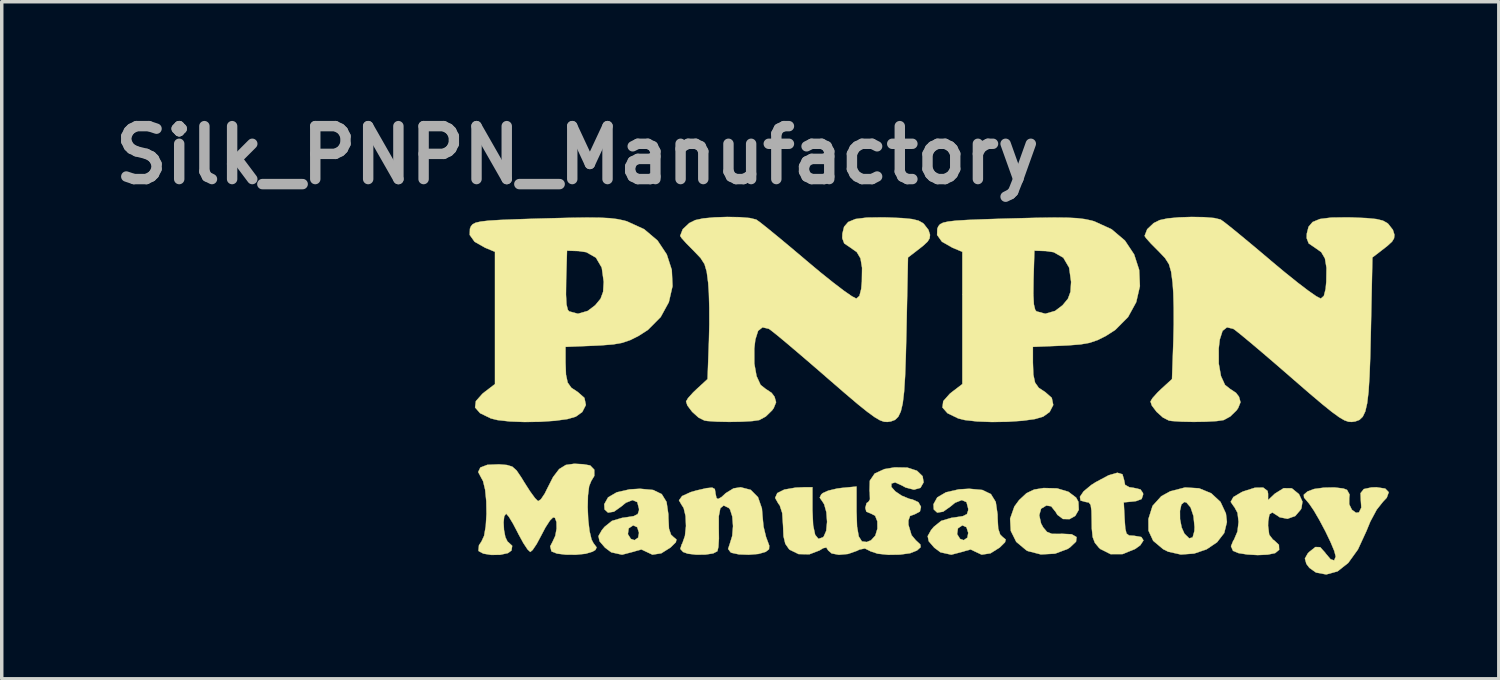
<source format=kicad_pcb>
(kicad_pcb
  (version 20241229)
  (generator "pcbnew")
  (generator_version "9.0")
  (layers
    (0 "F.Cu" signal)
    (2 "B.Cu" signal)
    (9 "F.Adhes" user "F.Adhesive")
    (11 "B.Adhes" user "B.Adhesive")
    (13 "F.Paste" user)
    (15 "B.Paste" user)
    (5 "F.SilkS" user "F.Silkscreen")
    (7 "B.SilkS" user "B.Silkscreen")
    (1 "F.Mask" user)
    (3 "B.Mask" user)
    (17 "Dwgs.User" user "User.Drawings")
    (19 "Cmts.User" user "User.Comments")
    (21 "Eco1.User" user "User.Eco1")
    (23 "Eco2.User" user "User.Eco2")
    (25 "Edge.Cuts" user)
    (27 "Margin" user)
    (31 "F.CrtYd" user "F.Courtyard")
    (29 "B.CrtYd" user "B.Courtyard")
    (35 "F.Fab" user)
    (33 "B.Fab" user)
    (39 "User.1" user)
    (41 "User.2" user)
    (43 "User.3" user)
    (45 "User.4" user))
  (footprint "Silk_PNPN_Manufactory"
    (layer "F.Cu")
    (at 23.738 7.768)
    (property "Reference" "Silk_PNPN_Manufactory" (at -10.16 -6.35 0) (layer "F.Fab") (effects (font (size 1.524 1.524) (thickness 0.3))))
    (attr through_hole)
    (fp_poly (pts (xy 7.75 3.247) (xy 8.1 3.391) (xy 8.367 3.639) (xy 8.523 3.974) (xy 8.551 4.218) (xy 8.474 4.534) (xy 8.267 4.801) (xy 7.966 5.004) (xy 7.607 5.126) (xy 7.226 5.154) (xy 6.859 5.072) (xy 6.715 5) (xy 6.428 4.759) (xy 6.293 4.467) (xy 6.291 4.13) (xy 6.365 3.896) (xy 7.199 3.896) (xy 7.201 4.135) (xy 7.248 4.376) (xy 7.329 4.555) (xy 7.465 4.688) (xy 7.564 4.661) (xy 7.615 4.479) (xy 7.62 4.361) (xy 7.588 4.045) (xy 7.505 3.796) (xy 7.386 3.657) (xy 7.326 3.641) (xy 7.24 3.713) (xy 7.199 3.896) (xy 6.365 3.896) (xy 6.41 3.753) (xy 6.661 3.475) (xy 6.919 3.333) (xy 7.347 3.223) (xy 7.75 3.247)) (stroke (width 0.01) (type solid)) (fill yes) (layer "F.SilkS"))
    (fp_poly (pts (xy 3.659 3.249) (xy 3.984 3.346) (xy 4.207 3.514) (xy 4.274 3.637) (xy 4.284 3.867) (xy 4.184 4.04) (xy 4.017 4.135) (xy 3.83 4.131) (xy 3.667 4.009) (xy 3.623 3.933) (xy 3.489 3.765) (xy 3.35 3.743) (xy 3.199 3.834) (xy 3.146 4.022) (xy 3.198 4.259) (xy 3.259 4.372) (xy 3.37 4.503) (xy 3.512 4.559) (xy 3.748 4.56) (xy 3.793 4.557) (xy 4.081 4.571) (xy 4.221 4.652) (xy 4.206 4.783) (xy 4.031 4.949) (xy 3.964 4.993) (xy 3.601 5.129) (xy 3.194 5.151) (xy 2.819 5.055) (xy 2.774 5.032) (xy 2.484 4.79) (xy 2.327 4.474) (xy 2.307 4.122) (xy 2.43 3.771) (xy 2.566 3.586) (xy 2.781 3.386) (xy 3 3.283) (xy 3.272 3.239) (xy 3.659 3.249)) (stroke (width 0.01) (type solid)) (fill yes) (layer "F.SilkS"))
    (fp_poly (pts (xy 5.542 2.843) (xy 5.588 3) (xy 5.618 3.148) (xy 5.742 3.216) (xy 5.863 3.233) (xy 6.062 3.28) (xy 6.135 3.385) (xy 6.138 3.429) (xy 6.095 3.555) (xy 5.937 3.615) (xy 5.859 3.625) (xy 5.58 3.652) (xy 5.605 4.133) (xy 5.624 4.405) (xy 5.659 4.548) (xy 5.734 4.605) (xy 5.872 4.614) (xy 5.877 4.614) (xy 6.088 4.651) (xy 6.148 4.748) (xy 6.056 4.888) (xy 5.912 4.992) (xy 5.545 5.142) (xy 5.201 5.143) (xy 4.907 4.996) (xy 4.864 4.957) (xy 4.748 4.816) (xy 4.685 4.651) (xy 4.66 4.407) (xy 4.657 4.195) (xy 4.651 3.896) (xy 4.628 3.729) (xy 4.576 3.656) (xy 4.487 3.641) (xy 4.336 3.6) (xy 4.318 3.491) (xy 4.424 3.335) (xy 4.644 3.152) (xy 4.776 3.068) (xy 5.142 2.873) (xy 5.396 2.799) (xy 5.542 2.843)) (stroke (width 0.01) (type solid)) (fill yes) (layer "F.SilkS"))
    (fp_poly (pts (xy 9.722 3.322) (xy 9.737 3.401) (xy 9.737 3.586) (xy 9.933 3.401) (xy 10.185 3.244) (xy 10.421 3.247) (xy 10.62 3.409) (xy 10.636 3.432) (xy 10.727 3.63) (xy 10.699 3.815) (xy 10.683 3.853) (xy 10.521 4.044) (xy 10.296 4.125) (xy 10.069 4.08) (xy 10.002 4.032) (xy 9.86 3.943) (xy 9.776 3.996) (xy 9.74 4.2) (xy 9.737 4.329) (xy 9.769 4.583) (xy 9.879 4.726) (xy 9.906 4.741) (xy 10.049 4.875) (xy 10.056 5.018) (xy 9.941 5.113) (xy 9.727 5.157) (xy 9.44 5.17) (xy 9.14 5.153) (xy 8.885 5.113) (xy 8.732 5.05) (xy 8.724 5.041) (xy 8.669 4.915) (xy 8.733 4.759) (xy 8.756 4.726) (xy 8.855 4.493) (xy 8.888 4.213) (xy 8.857 3.953) (xy 8.761 3.777) (xy 8.75 3.769) (xy 8.661 3.637) (xy 8.738 3.498) (xy 8.981 3.355) (xy 9.025 3.336) (xy 9.359 3.23) (xy 9.597 3.226) (xy 9.722 3.322)) (stroke (width 0.01) (type solid)) (fill yes) (layer "F.SilkS"))
    (fp_poly (pts (xy 13.112 3.255) (xy 13.213 3.359) (xy 13.156 3.518) (xy 13.046 3.635) (xy 12.867 3.86) (xy 12.682 4.205) (xy 12.568 4.482) (xy 12.326 5.007) (xy 12.046 5.396) (xy 11.738 5.639) (xy 11.413 5.728) (xy 11.118 5.673) (xy 10.928 5.539) (xy 10.841 5.425) (xy 10.798 5.27) (xy 10.879 5.125) (xy 10.92 5.082) (xy 11.101 4.938) (xy 11.239 4.943) (xy 11.381 5.101) (xy 11.395 5.122) (xy 11.537 5.29) (xy 11.64 5.324) (xy 11.684 5.218) (xy 11.684 5.205) (xy 11.644 5.051) (xy 11.538 4.798) (xy 11.39 4.49) (xy 11.222 4.173) (xy 11.058 3.891) (xy 10.921 3.689) (xy 10.892 3.655) (xy 10.773 3.514) (xy 10.766 3.431) (xy 10.869 3.342) (xy 10.875 3.338) (xy 11.062 3.267) (xy 11.344 3.228) (xy 11.649 3.222) (xy 11.906 3.253) (xy 12.011 3.293) (xy 12.085 3.427) (xy 12.074 3.529) (xy 12.073 3.705) (xy 12.151 3.864) (xy 12.269 3.952) (xy 12.356 3.94) (xy 12.423 3.802) (xy 12.409 3.598) (xy 12.401 3.387) (xy 12.494 3.269) (xy 12.713 3.222) (xy 12.859 3.217) (xy 13.112 3.255)) (stroke (width 0.01) (type solid)) (fill yes) (layer "F.SilkS"))
    (fp_poly (pts (xy -7.976 3.295) (xy -7.728 3.414) (xy -7.589 3.64) (xy -7.537 3.997) (xy -7.535 4.112) (xy -7.519 4.409) (xy -7.461 4.582) (xy -7.387 4.652) (xy -7.303 4.721) (xy -7.322 4.801) (xy -7.459 4.937) (xy -7.477 4.953) (xy -7.741 5.119) (xy -7.995 5.158) (xy -8.193 5.065) (xy -8.314 5.008) (xy -8.497 5.059) (xy -8.511 5.065) (xy -8.87 5.159) (xy -9.182 5.09) (xy -9.36 4.957) (xy -9.519 4.772) (xy -9.55 4.624) (xy -9.518 4.568) (xy -8.703 4.568) (xy -8.617 4.704) (xy -8.512 4.741) (xy -8.407 4.668) (xy -8.382 4.53) (xy -8.434 4.367) (xy -8.55 4.314) (xy -8.674 4.396) (xy -8.681 4.407) (xy -8.703 4.568) (xy -9.518 4.568) (xy -9.452 4.451) (xy -9.374 4.357) (xy -9.162 4.186) (xy -8.866 4.098) (xy -8.781 4.087) (xy -8.538 4.049) (xy -8.419 3.99) (xy -8.383 3.883) (xy -8.382 3.839) (xy -8.432 3.645) (xy -8.567 3.586) (xy -8.763 3.663) (xy -8.89 3.768) (xy -9.104 3.92) (xy -9.275 3.947) (xy -9.374 3.855) (xy -9.383 3.705) (xy -9.273 3.508) (xy -9.023 3.362) (xy -8.655 3.278) (xy -8.353 3.26) (xy -7.976 3.295)) (stroke (width 0.01) (type solid)) (fill yes) (layer "F.SilkS"))
    (fp_poly (pts (xy 1.507 3.295) (xy 1.754 3.414) (xy 1.893 3.64) (xy 1.945 3.997) (xy 1.947 4.112) (xy 1.964 4.409) (xy 2.022 4.582) (xy 2.095 4.652) (xy 2.18 4.721) (xy 2.16 4.801) (xy 2.023 4.937) (xy 2.006 4.953) (xy 1.742 5.119) (xy 1.488 5.158) (xy 1.289 5.065) (xy 1.169 5.008) (xy 0.986 5.059) (xy 0.972 5.065) (xy 0.613 5.159) (xy 0.301 5.09) (xy 0.123 4.957) (xy -0.037 4.772) (xy -0.067 4.624) (xy -0.035 4.568) (xy 0.78 4.568) (xy 0.866 4.704) (xy 0.971 4.741) (xy 1.076 4.668) (xy 1.101 4.53) (xy 1.049 4.367) (xy 0.932 4.314) (xy 0.809 4.396) (xy 0.802 4.407) (xy 0.78 4.568) (xy -0.035 4.568) (xy 0.03 4.451) (xy 0.109 4.357) (xy 0.32 4.186) (xy 0.616 4.098) (xy 0.701 4.087) (xy 0.945 4.049) (xy 1.063 3.99) (xy 1.099 3.883) (xy 1.101 3.839) (xy 1.051 3.645) (xy 0.916 3.586) (xy 0.72 3.663) (xy 0.593 3.768) (xy 0.379 3.92) (xy 0.207 3.947) (xy 0.108 3.855) (xy 0.1 3.705) (xy 0.209 3.508) (xy 0.46 3.362) (xy 0.828 3.278) (xy 1.129 3.26) (xy 1.507 3.295)) (stroke (width 0.01) (type solid)) (fill yes) (layer "F.SilkS"))
    (fp_poly (pts (xy -5.164 3.292) (xy -4.955 3.503) (xy -4.842 3.829) (xy -4.826 4.036) (xy -4.796 4.349) (xy -4.723 4.65) (xy -4.704 4.701) (xy -4.631 4.898) (xy -4.638 5.002) (xy -4.729 5.073) (xy -4.74 5.079) (xy -4.942 5.137) (xy -5.221 5.16) (xy -5.504 5.15) (xy -5.714 5.105) (xy -5.745 5.089) (xy -5.816 4.993) (xy -5.766 4.842) (xy -5.697 4.618) (xy -5.674 4.336) (xy -5.695 4.061) (xy -5.759 3.859) (xy -5.796 3.813) (xy -5.944 3.742) (xy -6.04 3.82) (xy -6.085 4.054) (xy -6.085 4.391) (xy -6.081 4.695) (xy -6.096 4.937) (xy -6.125 5.059) (xy -6.246 5.122) (xy -6.471 5.156) (xy -6.735 5.159) (xy -6.977 5.13) (xy -7.112 5.081) (xy -7.193 4.992) (xy -7.152 4.861) (xy -7.133 4.83) (xy -7.059 4.617) (xy -7.029 4.334) (xy -7.041 4.046) (xy -7.096 3.815) (xy -7.155 3.724) (xy -7.231 3.594) (xy -7.141 3.47) (xy -6.891 3.356) (xy -6.733 3.311) (xy -6.44 3.243) (xy -6.274 3.227) (xy -6.199 3.268) (xy -6.181 3.371) (xy -6.181 3.387) (xy -6.151 3.524) (xy -6.109 3.556) (xy -6.005 3.499) (xy -5.884 3.387) (xy -5.659 3.249) (xy -5.454 3.217) (xy -5.164 3.292)) (stroke (width 0.01) (type solid)) (fill yes) (layer "F.SilkS"))
    (fp_poly (pts (xy -9.512 -4.548) (xy -9.227 -4.534) (xy -9.005 -4.507) (xy -8.818 -4.467) (xy -8.734 -4.444) (xy -8.234 -4.216) (xy -7.849 -3.89) (xy -7.583 -3.49) (xy -7.438 -3.043) (xy -7.417 -2.576) (xy -7.523 -2.115) (xy -7.758 -1.686) (xy -8.126 -1.316) (xy -8.391 -1.145) (xy -8.634 -1.023) (xy -8.862 -0.945) (xy -9.127 -0.898) (xy -9.484 -0.87) (xy -9.673 -0.861) (xy -10.499 -0.827) (xy -10.499 -0.378) (xy -10.486 -0.027) (xy -10.437 0.202) (xy -10.331 0.352) (xy -10.15 0.471) (xy -10.145 0.474) (xy -9.955 0.642) (xy -9.913 0.847) (xy -10.017 1.049) (xy -10.202 1.182) (xy -10.44 1.252) (xy -10.797 1.301) (xy -11.226 1.33) (xy -11.678 1.337) (xy -12.105 1.321) (xy -12.459 1.281) (xy -12.649 1.234) (xy -12.96 1.083) (xy -13.104 0.919) (xy -13.081 0.736) (xy -12.894 0.525) (xy -12.827 0.471) (xy -12.531 0.245) (xy -12.531 -2.332) (xy -10.486 -2.332) (xy -10.471 -2.052) (xy -10.433 -1.895) (xy -10.396 -1.85) (xy -10.141 -1.781) (xy -9.86 -1.862) (xy -9.645 -2.025) (xy -9.489 -2.214) (xy -9.416 -2.413) (xy -9.398 -2.698) (xy -9.455 -3.109) (xy -9.623 -3.396) (xy -9.9 -3.554) (xy -10.122 -3.587) (xy -10.456 -3.598) (xy -10.481 -2.759) (xy -10.486 -2.332) (xy -12.531 -2.332) (xy -12.531 -3.565) (xy -12.813 -3.682) (xy -13.118 -3.855) (xy -13.258 -4.051) (xy -13.252 -4.229) (xy -13.222 -4.302) (xy -13.173 -4.359) (xy -13.085 -4.404) (xy -12.936 -4.437) (xy -12.708 -4.463) (xy -12.38 -4.483) (xy -11.932 -4.501) (xy -11.344 -4.52) (xy -11.007 -4.529) (xy -10.375 -4.545) (xy -9.886 -4.552) (xy -9.512 -4.548)) (stroke (width 0.01) (type solid)) (fill yes) (layer "F.SilkS"))
    (fp_poly (pts (xy 3.95 -4.548) (xy 4.235 -4.534) (xy 4.457 -4.507) (xy 4.644 -4.467) (xy 4.728 -4.444) (xy 5.228 -4.216) (xy 5.613 -3.89) (xy 5.879 -3.49) (xy 6.024 -3.043) (xy 6.045 -2.576) (xy 5.939 -2.115) (xy 5.704 -1.686) (xy 5.336 -1.316) (xy 5.071 -1.145) (xy 4.828 -1.023) (xy 4.6 -0.945) (xy 4.335 -0.898) (xy 3.978 -0.87) (xy 3.789 -0.861) (xy 2.963 -0.827) (xy 2.963 -0.378) (xy 2.976 -0.027) (xy 3.025 0.202) (xy 3.131 0.352) (xy 3.312 0.471) (xy 3.317 0.474) (xy 3.507 0.642) (xy 3.549 0.847) (xy 3.445 1.049) (xy 3.26 1.182) (xy 3.022 1.252) (xy 2.665 1.301) (xy 2.236 1.33) (xy 1.784 1.337) (xy 1.357 1.321) (xy 1.003 1.281) (xy 0.813 1.234) (xy 0.502 1.083) (xy 0.358 0.919) (xy 0.381 0.736) (xy 0.568 0.525) (xy 0.635 0.471) (xy 0.931 0.245) (xy 0.931 -2.332) (xy 2.976 -2.332) (xy 2.991 -2.052) (xy 3.029 -1.895) (xy 3.066 -1.85) (xy 3.321 -1.781) (xy 3.602 -1.862) (xy 3.817 -2.025) (xy 3.973 -2.214) (xy 4.046 -2.413) (xy 4.064 -2.698) (xy 4.007 -3.109) (xy 3.839 -3.396) (xy 3.562 -3.554) (xy 3.34 -3.587) (xy 3.006 -3.598) (xy 2.981 -2.759) (xy 2.976 -2.332) (xy 0.931 -2.332) (xy 0.931 -3.565) (xy 0.649 -3.682) (xy 0.344 -3.855) (xy 0.204 -4.051) (xy 0.21 -4.229) (xy 0.24 -4.302) (xy 0.289 -4.359) (xy 0.377 -4.404) (xy 0.526 -4.437) (xy 0.754 -4.463) (xy 1.082 -4.483) (xy 1.53 -4.501) (xy 2.118 -4.52) (xy 2.455 -4.529) (xy 3.087 -4.545) (xy 3.576 -4.552) (xy 3.95 -4.548)) (stroke (width 0.01) (type solid)) (fill yes) (layer "F.SilkS"))
    (fp_poly (pts (xy -9.996 2.553) (xy -9.806 2.585) (xy -9.786 2.591) (xy -9.671 2.71) (xy -9.67 2.889) (xy -9.758 3.035) (xy -9.819 3.186) (xy -9.853 3.455) (xy -9.861 3.792) (xy -9.846 4.148) (xy -9.808 4.475) (xy -9.749 4.723) (xy -9.696 4.824) (xy -9.603 4.948) (xy -9.637 5.022) (xy -9.724 5.073) (xy -9.922 5.132) (xy -10.198 5.16) (xy -10.492 5.158) (xy -10.745 5.127) (xy -10.897 5.067) (xy -10.905 5.059) (xy -10.94 4.917) (xy -10.873 4.788) (xy -10.794 4.617) (xy -10.756 4.409) (xy -10.759 4.217) (xy -10.804 4.097) (xy -10.858 4.085) (xy -10.948 4.175) (xy -11.077 4.374) (xy -11.196 4.6) (xy -11.329 4.849) (xy -11.446 5.023) (xy -11.514 5.08) (xy -11.591 5.009) (xy -11.714 4.823) (xy -11.857 4.561) (xy -11.872 4.53) (xy -12.013 4.261) (xy -12.132 4.065) (xy -12.206 3.98) (xy -12.21 3.979) (xy -12.265 4.052) (xy -12.283 4.228) (xy -12.271 4.449) (xy -12.232 4.653) (xy -12.17 4.781) (xy -12.15 4.795) (xy -12.035 4.903) (xy -12.056 5.039) (xy -12.157 5.113) (xy -12.382 5.162) (xy -12.639 5.165) (xy -12.865 5.128) (xy -12.998 5.057) (xy -13.007 5.04) (xy -12.992 4.887) (xy -12.92 4.78) (xy -12.844 4.615) (xy -12.796 4.334) (xy -12.775 3.986) (xy -12.781 3.62) (xy -12.814 3.288) (xy -12.874 3.04) (xy -12.923 2.95) (xy -13.014 2.778) (xy -12.952 2.648) (xy -12.751 2.571) (xy -12.424 2.557) (xy -12.413 2.557) (xy -12.184 2.576) (xy -12.032 2.623) (xy -11.91 2.731) (xy -11.773 2.933) (xy -11.68 3.085) (xy -11.516 3.341) (xy -11.377 3.531) (xy -11.291 3.616) (xy -11.29 3.617) (xy -11.208 3.564) (xy -11.097 3.399) (xy -11.045 3.293) (xy -10.858 2.924) (xy -10.682 2.693) (xy -10.489 2.574) (xy -10.249 2.54) (xy -10.245 2.54) (xy -9.996 2.553)) (stroke (width 0.01) (type solid)) (fill yes) (layer "F.SilkS"))
    (fp_poly (pts (xy -0.653 2.651) (xy -0.376 2.741) (xy -0.214 2.898) (xy -0.185 3.075) (xy -0.276 3.234) (xy -0.462 3.286) (xy -0.703 3.224) (xy -0.804 3.168) (xy -1.004 3.077) (xy -1.112 3.11) (xy -1.113 3.208) (xy -0.999 3.336) (xy -0.813 3.461) (xy -0.596 3.55) (xy -0.507 3.569) (xy -0.335 3.647) (xy -0.26 3.782) (xy -0.292 3.917) (xy -0.439 3.994) (xy -0.439 3.994) (xy -0.576 4.044) (xy -0.623 4.176) (xy -0.622 4.297) (xy -0.533 4.596) (xy -0.411 4.742) (xy -0.279 4.865) (xy -0.27 4.943) (xy -0.376 5.038) (xy -0.572 5.116) (xy -0.869 5.157) (xy -1.203 5.162) (xy -1.508 5.13) (xy -1.72 5.059) (xy -1.733 5.05) (xy -1.877 4.979) (xy -2.034 5.012) (xy -2.109 5.049) (xy -2.363 5.138) (xy -2.624 5.162) (xy -2.834 5.122) (xy -2.934 5.035) (xy -2.986 4.952) (xy -3.08 4.972) (xy -3.182 5.035) (xy -3.477 5.148) (xy -3.786 5.141) (xy -4.042 5.016) (xy -4.064 4.995) (xy -4.168 4.845) (xy -4.22 4.628) (xy -4.233 4.324) (xy -4.257 3.959) (xy -4.33 3.735) (xy -4.369 3.687) (xy -4.461 3.523) (xy -4.4 3.385) (xy -4.197 3.284) (xy -3.869 3.227) (xy -3.63 3.217) (xy -3.387 3.217) (xy -3.387 3.884) (xy -3.367 4.312) (xy -3.309 4.586) (xy -3.214 4.703) (xy -3.085 4.658) (xy -3.063 4.638) (xy -2.99 4.472) (xy -2.965 4.214) (xy -2.985 3.936) (xy -3.048 3.709) (xy -3.092 3.638) (xy -3.177 3.516) (xy -3.134 3.425) (xy -3.09 3.386) (xy -2.93 3.314) (xy -2.676 3.254) (xy -2.537 3.236) (xy -2.117 3.196) (xy -2.117 3.916) (xy -2.102 4.351) (xy -2.053 4.633) (xy -1.962 4.776) (xy -1.822 4.794) (xy -1.699 4.744) (xy -1.576 4.61) (xy -1.515 4.409) (xy -1.517 4.199) (xy -1.581 4.037) (xy -1.693 3.979) (xy -1.835 3.919) (xy -1.863 3.81) (xy -1.827 3.672) (xy -1.777 3.641) (xy -1.73 3.566) (xy -1.736 3.364) (xy -1.742 3.322) (xy -1.734 3.028) (xy -1.593 2.821) (xy -1.312 2.693) (xy -1.018 2.644) (xy -0.653 2.651)) (stroke (width 0.01) (type solid)) (fill yes) (layer "F.SilkS"))
    (fp_poly (pts (xy -5.485 -4.563) (xy -5.189 -4.538) (xy -5.008 -4.494) (xy -5.004 -4.492) (xy -4.896 -4.415) (xy -4.682 -4.245) (xy -4.383 -4.001) (xy -4.022 -3.701) (xy -3.621 -3.363) (xy -3.552 -3.304) (xy -3.15 -2.968) (xy -2.785 -2.676) (xy -2.479 -2.443) (xy -2.253 -2.286) (xy -2.13 -2.221) (xy -2.119 -2.221) (xy -2.033 -2.295) (xy -1.982 -2.496) (xy -1.963 -2.706) (xy -1.957 -3.104) (xy -2.002 -3.375) (xy -2.109 -3.557) (xy -2.292 -3.686) (xy -2.471 -3.807) (xy -2.528 -3.959) (xy -2.524 -4.088) (xy -2.475 -4.286) (xy -2.356 -4.424) (xy -2.146 -4.51) (xy -1.82 -4.551) (xy -1.356 -4.557) (xy -1.215 -4.554) (xy -0.8 -4.536) (xy -0.518 -4.508) (xy -0.333 -4.463) (xy -0.207 -4.393) (xy -0.178 -4.368) (xy -0.046 -4.198) (xy 0 -4.054) (xy -0.012 -3.953) (xy -0.069 -3.86) (xy -0.201 -3.737) (xy -0.423 -3.564) (xy -0.635 -3.402) (xy -0.679 -1.299) (xy -0.697 -0.565) (xy -0.718 0.017) (xy -0.747 0.466) (xy -0.786 0.798) (xy -0.841 1.032) (xy -0.914 1.185) (xy -1.008 1.276) (xy -1.129 1.321) (xy -1.228 1.335) (xy -1.325 1.329) (xy -1.441 1.288) (xy -1.594 1.198) (xy -1.802 1.047) (xy -2.082 0.822) (xy -2.45 0.51) (xy -2.925 0.099) (xy -2.987 0.045) (xy -3.42 -0.33) (xy -3.817 -0.67) (xy -4.158 -0.959) (xy -4.424 -1.179) (xy -4.595 -1.314) (xy -4.642 -1.347) (xy -4.824 -1.39) (xy -4.952 -1.289) (xy -5.032 -1.036) (xy -5.062 -0.778) (xy -5.061 -0.346) (xy -4.997 0.014) (xy -4.88 0.269) (xy -4.736 0.383) (xy -4.564 0.497) (xy -4.479 0.609) (xy -4.434 0.768) (xy -4.502 0.936) (xy -4.55 1.003) (xy -4.731 1.179) (xy -4.918 1.281) (xy -5.117 1.31) (xy -5.425 1.328) (xy -5.783 1.334) (xy -6.132 1.327) (xy -6.412 1.308) (xy -6.496 1.295) (xy -6.668 1.209) (xy -6.85 1.045) (xy -6.988 0.863) (xy -7.027 0.746) (xy -6.97 0.649) (xy -6.823 0.486) (xy -6.717 0.385) (xy -6.408 0.101) (xy -6.368 -0.998) (xy -6.357 -1.478) (xy -6.358 -1.958) (xy -6.37 -2.38) (xy -6.39 -2.673) (xy -6.432 -2.993) (xy -6.495 -3.209) (xy -6.608 -3.386) (xy -6.803 -3.59) (xy -6.824 -3.611) (xy -7.02 -3.809) (xy -7.155 -3.96) (xy -7.197 -4.024) (xy -7.123 -4.215) (xy -6.935 -4.392) (xy -6.762 -4.478) (xy -6.534 -4.527) (xy -6.21 -4.557) (xy -5.843 -4.569) (xy -5.485 -4.563)) (stroke (width 0.01) (type solid)) (fill yes) (layer "F.SilkS"))
    (fp_poly (pts (xy 7.892 -4.563) (xy 8.188 -4.538) (xy 8.37 -4.494) (xy 8.373 -4.492) (xy 8.481 -4.415) (xy 8.696 -4.245) (xy 8.994 -4.001) (xy 9.355 -3.701) (xy 9.756 -3.363) (xy 9.825 -3.304) (xy 10.228 -2.968) (xy 10.592 -2.676) (xy 10.898 -2.443) (xy 11.124 -2.286) (xy 11.248 -2.221) (xy 11.258 -2.221) (xy 11.344 -2.295) (xy 11.395 -2.496) (xy 11.414 -2.706) (xy 11.42 -3.104) (xy 11.375 -3.375) (xy 11.268 -3.557) (xy 11.085 -3.686) (xy 10.907 -3.807) (xy 10.849 -3.959) (xy 10.853 -4.088) (xy 10.903 -4.286) (xy 11.021 -4.424) (xy 11.231 -4.51) (xy 11.557 -4.551) (xy 12.021 -4.557) (xy 12.162 -4.554) (xy 12.577 -4.536) (xy 12.859 -4.508) (xy 13.044 -4.463) (xy 13.17 -4.393) (xy 13.199 -4.368) (xy 13.332 -4.198) (xy 13.377 -4.054) (xy 13.365 -3.953) (xy 13.309 -3.86) (xy 13.176 -3.737) (xy 12.954 -3.564) (xy 12.742 -3.402) (xy 12.698 -1.299) (xy 12.681 -0.565) (xy 12.659 0.017) (xy 12.631 0.466) (xy 12.591 0.798) (xy 12.537 1.032) (xy 12.464 1.185) (xy 12.369 1.276) (xy 12.248 1.321) (xy 12.149 1.335) (xy 12.053 1.329) (xy 11.936 1.288) (xy 11.783 1.198) (xy 11.575 1.047) (xy 11.296 0.822) (xy 10.927 0.51) (xy 10.452 0.099) (xy 10.391 0.045) (xy 9.958 -0.33) (xy 9.561 -0.67) (xy 9.219 -0.959) (xy 8.953 -1.179) (xy 8.783 -1.314) (xy 8.735 -1.347) (xy 8.554 -1.39) (xy 8.426 -1.289) (xy 8.345 -1.036) (xy 8.315 -0.778) (xy 8.316 -0.346) (xy 8.38 0.014) (xy 8.497 0.269) (xy 8.641 0.383) (xy 8.813 0.497) (xy 8.899 0.609) (xy 8.943 0.768) (xy 8.875 0.936) (xy 8.828 1.003) (xy 8.647 1.179) (xy 8.459 1.281) (xy 8.261 1.31) (xy 7.953 1.328) (xy 7.595 1.334) (xy 7.246 1.327) (xy 6.965 1.308) (xy 6.881 1.295) (xy 6.71 1.209) (xy 6.527 1.045) (xy 6.389 0.863) (xy 6.35 0.746) (xy 6.408 0.649) (xy 6.555 0.486) (xy 6.66 0.385) (xy 6.97 0.101) (xy 7.009 -0.998) (xy 7.02 -1.478) (xy 7.019 -1.958) (xy 7.008 -2.38) (xy 6.987 -2.673) (xy 6.945 -2.993) (xy 6.882 -3.209) (xy 6.769 -3.386) (xy 6.575 -3.59) (xy 6.553 -3.611) (xy 6.357 -3.809) (xy 6.222 -3.96) (xy 6.181 -4.024) (xy 6.255 -4.215) (xy 6.442 -4.392) (xy 6.615 -4.478) (xy 6.843 -4.527) (xy 7.167 -4.557) (xy 7.534 -4.569) (xy 7.892 -4.563)) (stroke (width 0.01) (type solid)) (fill yes) (layer "F.SilkS")))
  (gr_rect
    (start -3 -3)
    (end 40.121 16.501)
    (stroke (width 0.1) (type default))
    (fill no)
    (layer "Edge.Cuts")))
</source>
